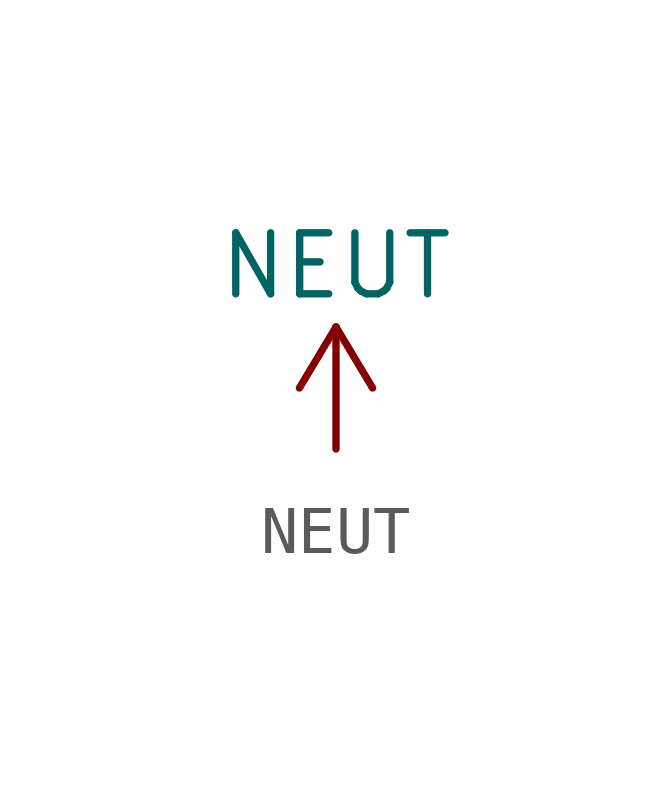
<source format=kicad_sym>
(kicad_symbol_lib
  (version 20211014)
  (generator kicad_symbol_editor)
  (symbol "power1:NEUT"
    (power)
    (pin_names
      (offset 0))
    (property "Reference" "#PWR"
      (at 0 -3.81 0)
      (effects (font (size 1.27 1.27)) hide))
    (property "Value" "NEUT"
      (at 0 3.81 0)
      (effects (font (size 1.27 1.27))))
    (symbol "NEUT_0_1"
      (polyline (pts (xy -0.762 1.27) (xy 0 2.54)) (stroke (width 0) (type default) (color 0 0 0 0)) (fill (type none)))
      (polyline (pts (xy 0 0) (xy 0 2.54)) (stroke (width 0) (type default) (color 0 0 0 0)) (fill (type none)))
      (polyline (pts (xy 0 2.54) (xy 0.762 1.27)) (stroke (width 0) (type default) (color 0 0 0 0)) (fill (type none))))
    (symbol "NEUT_1_1"
      (pin power_in line (at 0 0 90) (length 0) hide (name "NEUT" (effects (font (size 1.27 1.27)))) (number "1" (effects (font (size 1.27 1.27))))))))
</source>
